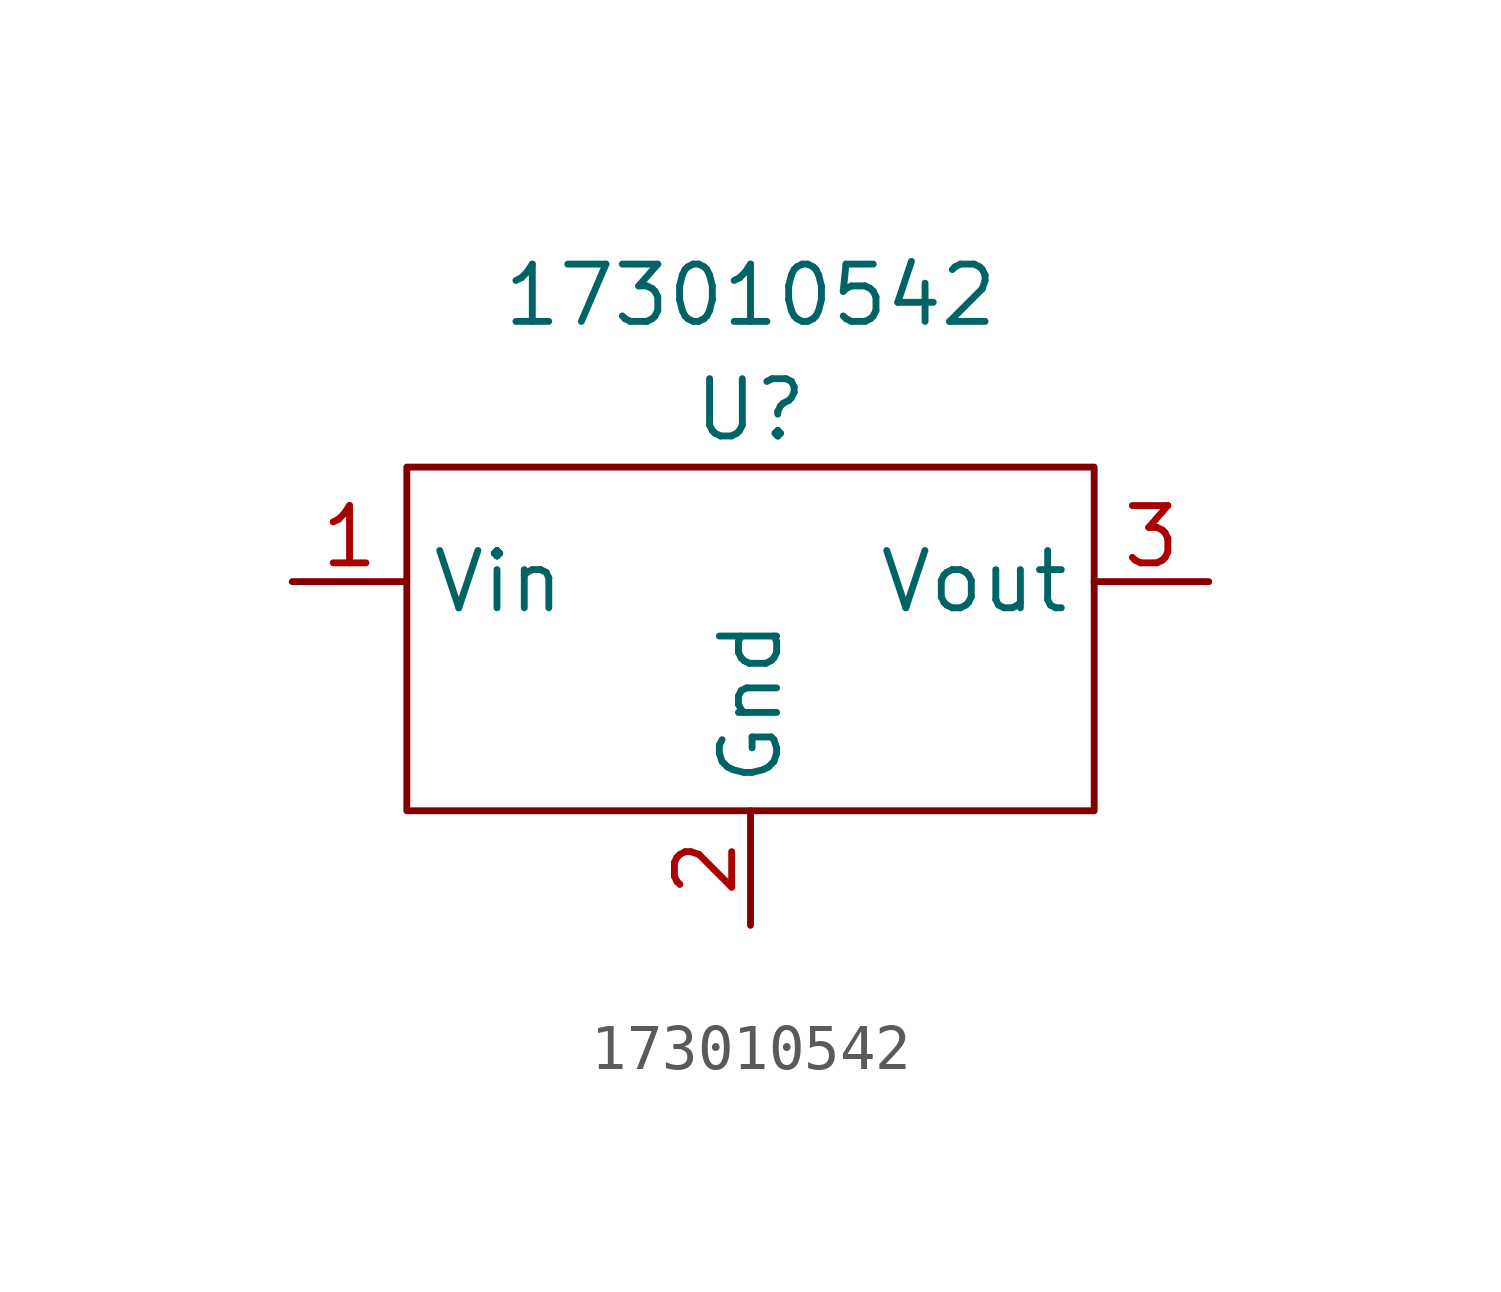
<source format=kicad_sym>
(kicad_symbol_lib
  (version 20211014)
  (generator kicad_symbol_editor)
  (symbol "173010542"
    (property "Reference" "U"
      (at 0 3.81 0)
      (effects (font (size 1.27 1.27))))
    (property "Value" "173010542"
      (at 0 6.35 0)
      (effects (font (size 1.27 1.27))))
    (symbol "173010542_0_1"
      (rectangle (start -7.62 2.54) (end 7.62 -5.08) (stroke (width 0) (type default) (color 0 0 0 0)) (fill (type none))))
    (symbol "173010542_1_1"
      (pin input line (at -10.16 0 0) (length 2.54) (name "Vin" (effects (font (size 1.27 1.27)))) (number "1" (effects (font (size 1.27 1.27)))))
      (pin input line (at 0 -7.62 90) (length 2.54) (name "Gnd" (effects (font (size 1.27 1.27)))) (number "2" (effects (font (size 1.27 1.27)))))
      (pin output line (at 10.16 0 180) (length 2.54) (name "Vout" (effects (font (size 1.27 1.27)))) (number "3" (effects (font (size 1.27 1.27))))))))
</source>
